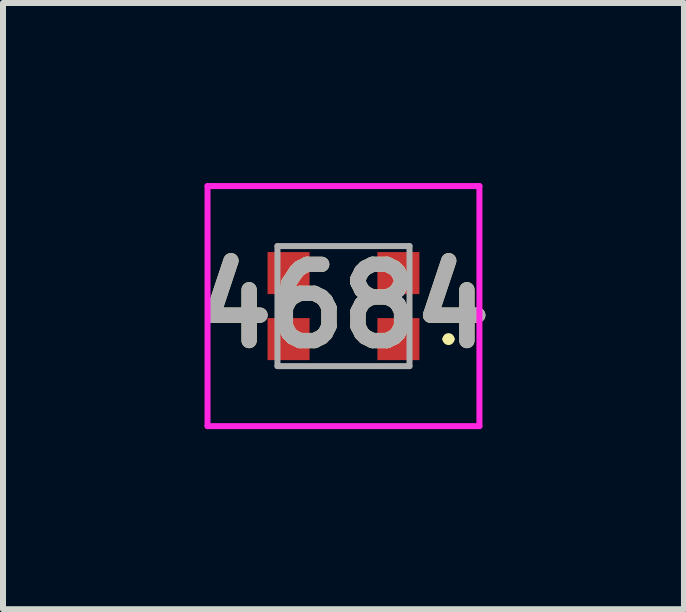
<source format=kicad_pcb>
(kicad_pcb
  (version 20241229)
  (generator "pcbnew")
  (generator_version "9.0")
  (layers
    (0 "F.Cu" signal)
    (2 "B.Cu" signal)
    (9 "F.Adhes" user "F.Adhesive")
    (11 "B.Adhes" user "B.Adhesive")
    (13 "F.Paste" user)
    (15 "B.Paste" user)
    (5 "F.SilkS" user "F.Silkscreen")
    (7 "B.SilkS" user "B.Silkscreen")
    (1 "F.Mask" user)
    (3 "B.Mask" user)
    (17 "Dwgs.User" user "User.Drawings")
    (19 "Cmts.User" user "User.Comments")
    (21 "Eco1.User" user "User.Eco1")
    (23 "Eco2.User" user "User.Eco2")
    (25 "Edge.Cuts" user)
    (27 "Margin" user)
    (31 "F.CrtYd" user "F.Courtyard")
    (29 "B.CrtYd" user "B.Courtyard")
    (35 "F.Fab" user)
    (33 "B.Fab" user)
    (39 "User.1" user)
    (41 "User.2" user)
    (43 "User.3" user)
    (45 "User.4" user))
  (footprint "4684"
    (layer "F.Cu")
    (at 2.673 2.05)
    (property "Reference" "4684" (at 0 0 0) (layer "F.SilkS") (effects (font (size 1.27 1.27) (thickness 0.254))))
    (attr smd)
    (fp_line (start 1.7 0.55) (end 1.7 0.55) (stroke (width 0.1) (type solid)) (layer "F.SilkS"))
    (fp_line (start 1.8 0.55) (end 1.8 0.55) (stroke (width 0.1) (type solid)) (layer "F.SilkS"))
    (fp_arc (start 1.7 0.55) (mid 1.75 0.5) (end 1.8 0.55) (stroke (width 0.1) (type solid)) (layer "F.SilkS"))
    (fp_arc (start 1.8 0.55) (mid 1.75 0.6) (end 1.7 0.55) (stroke (width 0.1) (type solid)) (layer "F.SilkS"))
    (fp_line (start -2.265 -2) (end 2.265 -2) (stroke (width 0.1) (type solid)) (layer "F.CrtYd"))
    (fp_line (start -2.265 2) (end -2.265 -2) (stroke (width 0.1) (type solid)) (layer "F.CrtYd"))
    (fp_line (start 2.265 -2) (end 2.265 2) (stroke (width 0.1) (type solid)) (layer "F.CrtYd"))
    (fp_line (start 2.265 2) (end -2.265 2) (stroke (width 0.1) (type solid)) (layer "F.CrtYd"))
    (fp_line (start -1.1 -1) (end 1.1 -1) (stroke (width 0.1) (type solid)) (layer "F.Fab"))
    (fp_line (start -1.1 1) (end -1.1 -1) (stroke (width 0.1) (type solid)) (layer "F.Fab"))
    (fp_line (start 1.1 -1) (end 1.1 1) (stroke (width 0.1) (type solid)) (layer "F.Fab"))
    (fp_line (start 1.1 1) (end -1.1 1) (stroke (width 0.1) (type solid)) (layer "F.Fab"))
    (fp_text user "${REFERENCE}" (at 0 0 0) (layer "F.Fab") (effects (font (size 1.27 1.27) (thickness 0.254))))
    (pad "1" smd rect (at 0.915 0.55 90) (size 0.7 0.7) (layers "F.Cu" "F.Mask" "F.Paste"))
    (pad "2" smd rect (at 0.915 -0.55 90) (size 0.7 0.7) (layers "F.Cu" "F.Mask" "F.Paste"))
    (pad "3" smd rect (at -0.915 -0.55 90) (size 0.7 0.7) (layers "F.Cu" "F.Mask" "F.Paste"))
    (pad "4" smd rect (at -0.915 0.55 90) (size 0.7 0.7) (layers "F.Cu" "F.Mask" "F.Paste")))
  (gr_rect
    (start -3 -3)
    (end 8.346 7.1)
    (stroke (width 0.1) (type default))
    (fill no)
    (layer "Edge.Cuts")))
</source>
